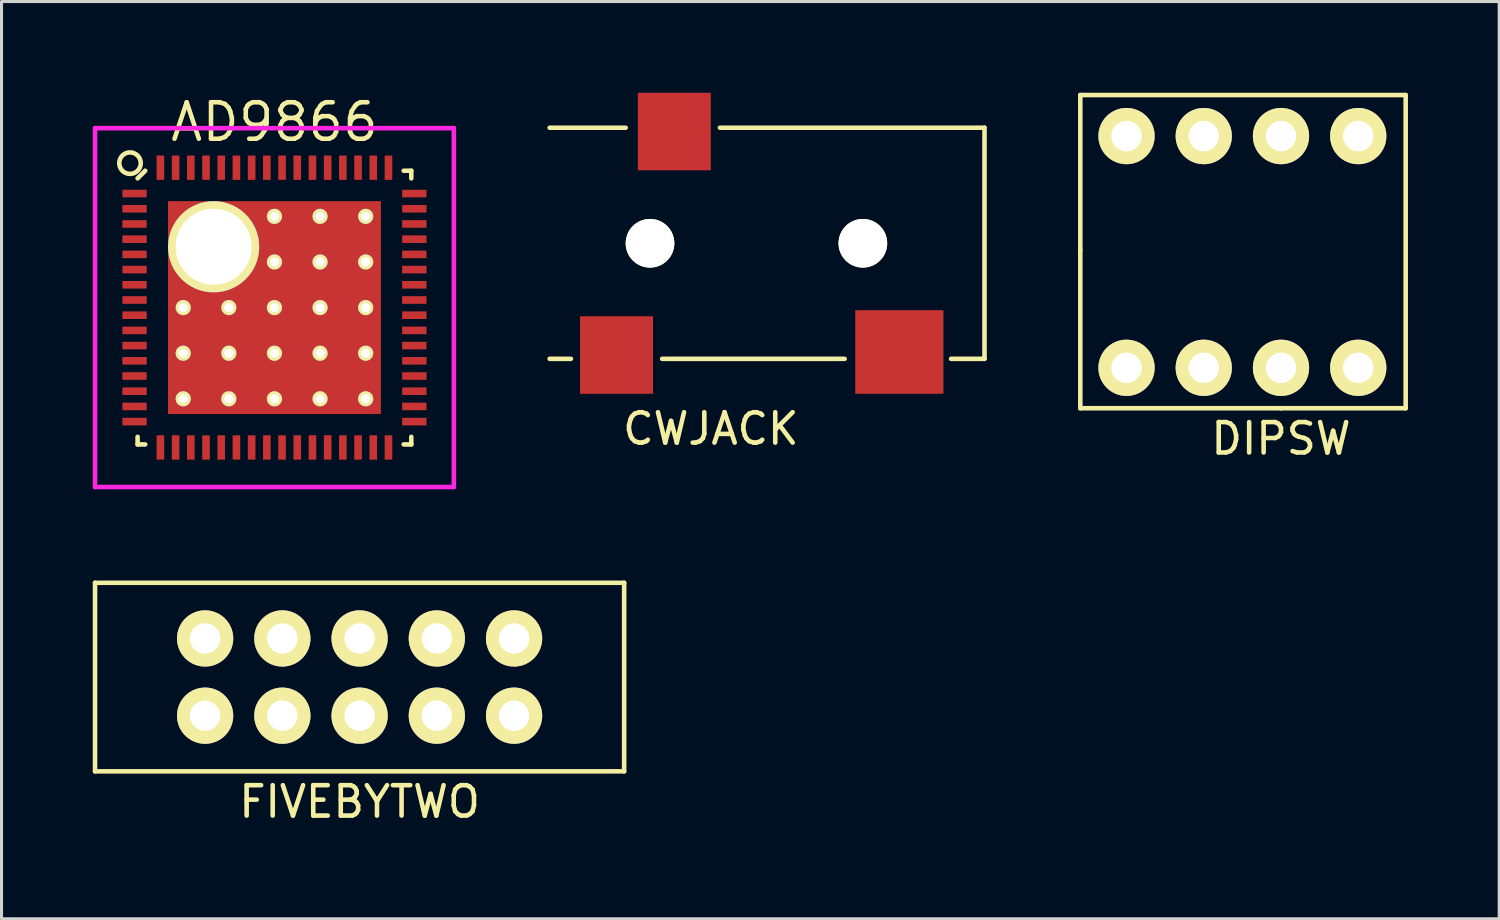
<source format=kicad_pcb>
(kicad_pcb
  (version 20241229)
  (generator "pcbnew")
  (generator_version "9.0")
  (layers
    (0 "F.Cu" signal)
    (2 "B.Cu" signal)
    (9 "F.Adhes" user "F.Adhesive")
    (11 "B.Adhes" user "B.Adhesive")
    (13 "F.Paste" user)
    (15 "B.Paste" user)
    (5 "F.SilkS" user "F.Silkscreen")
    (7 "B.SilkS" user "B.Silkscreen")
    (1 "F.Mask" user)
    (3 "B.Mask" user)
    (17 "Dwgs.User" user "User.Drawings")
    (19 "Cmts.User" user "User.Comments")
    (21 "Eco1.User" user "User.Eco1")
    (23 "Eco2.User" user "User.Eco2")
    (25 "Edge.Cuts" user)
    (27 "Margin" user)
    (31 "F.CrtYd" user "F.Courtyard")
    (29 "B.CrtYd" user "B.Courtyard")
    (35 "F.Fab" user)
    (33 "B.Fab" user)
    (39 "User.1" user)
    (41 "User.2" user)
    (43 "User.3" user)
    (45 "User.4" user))
  (footprint "CWJACK"
    (layer "F.Cu")
    (at 18.325 4.95)
    (property "Reference" "CWJACK" (at 2 6.1 0) (layer "F.SilkS") (effects (font (size 1 1) (thickness 0.15))))
    (attr through_hole)
    (fp_line (start -2.6 3.8) (end -3.3 3.8) (stroke (width 0.15) (type solid)) (layer "F.SilkS"))
    (fp_line (start -0.8 -3.8) (end -3.3 -3.8) (stroke (width 0.15) (type solid)) (layer "F.SilkS"))
    (fp_line (start 2.3 -3.8) (end 11 -3.8) (stroke (width 0.15) (type solid)) (layer "F.SilkS"))
    (fp_line (start 6.4 3.8) (end 0.4 3.8) (stroke (width 0.15) (type solid)) (layer "F.SilkS"))
    (fp_line (start 11 -3.8) (end 11 3.8) (stroke (width 0.15) (type solid)) (layer "F.SilkS"))
    (fp_line (start 11 3.8) (end 9.9 3.8) (stroke (width 0.15) (type solid)) (layer "F.SilkS"))
    (pad "" np_thru_hole circle (at 0 0) (size 1.6 1.6) (drill 1.6) (layers "*.Cu" "*.Mask" "F.SilkS"))
    (pad "" np_thru_hole circle (at 7 0) (size 1.6 1.6) (drill 1.6) (layers "*.Cu" "*.Mask" "F.SilkS"))
    (pad "2" smd rect (at 0.8 -3.675) (size 2.4 2.55) (layers "F.Cu" "F.Mask" "F.Paste"))
    (pad "3" smd rect (at -1.1 3.675) (size 2.4 2.55) (layers "F.Cu" "F.Mask" "F.Paste"))
    (pad "4" smd rect (at 8.2 3.575) (size 2.9 2.75) (layers "F.Cu" "F.Mask" "F.Paste")))
  (footprint "AD9866"
    (layer "F.Cu")
    (at 5.975 7.065)
    (property "Reference" "AD9866" (at 0 -6.1 0) (layer "F.SilkS") (effects (font (size 1.2 1.2) (thickness 0.15))))
    (attr through_hole)
    (fp_line (start -4.5 -4.25) (end -4.25 -4.5) (stroke (width 0.15) (type solid)) (layer "F.SilkS"))
    (fp_line (start -4.5 4.5) (end -4.5 4.25) (stroke (width 0.15) (type solid)) (layer "F.SilkS"))
    (fp_line (start -4.25 4.5) (end -4.5 4.5) (stroke (width 0.15) (type solid)) (layer "F.SilkS"))
    (fp_line (start 4.25 -4.5) (end 4.5 -4.5) (stroke (width 0.15) (type solid)) (layer "F.SilkS"))
    (fp_line (start 4.25 4.5) (end 4.5 4.5) (stroke (width 0.15) (type solid)) (layer "F.SilkS"))
    (fp_line (start 4.5 -4.5) (end 4.5 -4.25) (stroke (width 0.15) (type solid)) (layer "F.SilkS"))
    (fp_line (start 4.5 4.5) (end 4.5 4.25) (stroke (width 0.15) (type solid)) (layer "F.SilkS"))
    (fp_circle (center -4.75 -4.75) (end -4.5 -4.5) (stroke (width 0.15) (type solid)) (fill no) (layer "F.SilkS"))
    (fp_line (start -5.9 -5.9) (end 5.9 -5.9) (stroke (width 0.15) (type solid)) (layer "F.CrtYd"))
    (fp_line (start -5.9 5.9) (end -5.9 -5.9) (stroke (width 0.15) (type solid)) (layer "F.CrtYd"))
    (fp_line (start 5.9 -5.9) (end 5.9 5.9) (stroke (width 0.15) (type solid)) (layer "F.CrtYd"))
    (fp_line (start 5.9 5.9) (end -5.9 5.9) (stroke (width 0.15) (type solid)) (layer "F.CrtYd"))
    (pad "1" smd rect (at -4.6 -3.75 90) (size 0.25 0.8) (layers "F.Cu" "F.Mask" "F.Paste"))
    (pad "2" smd rect (at -4.6 -3.25 90) (size 0.25 0.8) (layers "F.Cu" "F.Mask" "F.Paste"))
    (pad "3" smd rect (at -4.6 -2.75 90) (size 0.25 0.8) (layers "F.Cu" "F.Mask" "F.Paste"))
    (pad "4" smd rect (at -4.6 -2.25 90) (size 0.25 0.8) (layers "F.Cu" "F.Mask" "F.Paste"))
    (pad "5" smd rect (at -4.6 -1.75 90) (size 0.25 0.8) (layers "F.Cu" "F.Mask" "F.Paste"))
    (pad "6" smd rect (at -4.6 -1.25 90) (size 0.25 0.8) (layers "F.Cu" "F.Mask" "F.Paste"))
    (pad "7" smd rect (at -4.6 -0.75 90) (size 0.25 0.8) (layers "F.Cu" "F.Mask" "F.Paste"))
    (pad "8" smd rect (at -4.6 -0.25 90) (size 0.25 0.8) (layers "F.Cu" "F.Mask" "F.Paste"))
    (pad "9" smd rect (at -4.6 0.25 90) (size 0.25 0.8) (layers "F.Cu" "F.Mask" "F.Paste"))
    (pad "10" smd rect (at -4.6 0.75 90) (size 0.25 0.8) (layers "F.Cu" "F.Mask" "F.Paste"))
    (pad "11" smd rect (at -4.6 1.25 90) (size 0.25 0.8) (layers "F.Cu" "F.Mask" "F.Paste"))
    (pad "12" smd rect (at -4.6 1.75 90) (size 0.25 0.8) (layers "F.Cu" "F.Mask" "F.Paste"))
    (pad "13" smd rect (at -4.6 2.25 90) (size 0.25 0.8) (layers "F.Cu" "F.Mask" "F.Paste"))
    (pad "14" smd rect (at -4.6 2.75 90) (size 0.25 0.8) (layers "F.Cu" "F.Mask" "F.Paste"))
    (pad "15" smd rect (at -4.6 3.25 90) (size 0.25 0.8) (layers "F.Cu" "F.Mask" "F.Paste"))
    (pad "16" smd rect (at -4.6 3.75 90) (size 0.25 0.8) (layers "F.Cu" "F.Mask" "F.Paste"))
    (pad "17" smd rect (at -3.75 4.6) (size 0.25 0.8) (layers "F.Cu" "F.Mask" "F.Paste"))
    (pad "18" smd rect (at -3.25 4.6) (size 0.25 0.8) (layers "F.Cu" "F.Mask" "F.Paste"))
    (pad "19" smd rect (at -2.75 4.6) (size 0.25 0.8) (layers "F.Cu" "F.Mask" "F.Paste"))
    (pad "20" smd rect (at -2.25 4.6) (size 0.25 0.8) (layers "F.Cu" "F.Mask" "F.Paste"))
    (pad "21" smd rect (at -1.75 4.6) (size 0.25 0.8) (layers "F.Cu" "F.Mask" "F.Paste"))
    (pad "22" smd rect (at -1.25 4.6) (size 0.25 0.8) (layers "F.Cu" "F.Mask" "F.Paste"))
    (pad "23" smd rect (at -0.75 4.6) (size 0.25 0.8) (layers "F.Cu" "F.Mask" "F.Paste"))
    (pad "24" smd rect (at -0.25 4.6) (size 0.25 0.8) (layers "F.Cu" "F.Mask" "F.Paste"))
    (pad "25" smd rect (at 0.25 4.6) (size 0.25 0.8) (layers "F.Cu" "F.Mask" "F.Paste"))
    (pad "26" smd rect (at 0.75 4.6) (size 0.25 0.8) (layers "F.Cu" "F.Mask" "F.Paste"))
    (pad "27" smd rect (at 1.25 4.6) (size 0.25 0.8) (layers "F.Cu" "F.Mask" "F.Paste"))
    (pad "28" smd rect (at 1.75 4.6) (size 0.25 0.8) (layers "F.Cu" "F.Mask" "F.Paste"))
    (pad "29" smd rect (at 2.25 4.6) (size 0.25 0.8) (layers "F.Cu" "F.Mask" "F.Paste"))
    (pad "30" smd rect (at 2.75 4.6) (size 0.25 0.8) (layers "F.Cu" "F.Mask" "F.Paste"))
    (pad "31" smd rect (at 3.25 4.6) (size 0.25 0.8) (layers "F.Cu" "F.Mask" "F.Paste"))
    (pad "32" smd rect (at 3.75 4.6) (size 0.25 0.8) (layers "F.Cu" "F.Mask" "F.Paste"))
    (pad "33" smd rect (at 4.6 3.75 90) (size 0.25 0.8) (layers "F.Cu" "F.Mask" "F.Paste"))
    (pad "34" smd rect (at 4.6 3.25 90) (size 0.25 0.8) (layers "F.Cu" "F.Mask" "F.Paste"))
    (pad "35" smd rect (at 4.6 2.75 90) (size 0.25 0.8) (layers "F.Cu" "F.Mask" "F.Paste"))
    (pad "36" smd rect (at 4.6 2.25 90) (size 0.25 0.8) (layers "F.Cu" "F.Mask" "F.Paste"))
    (pad "37" smd rect (at 4.6 1.75 90) (size 0.25 0.8) (layers "F.Cu" "F.Mask" "F.Paste"))
    (pad "38" smd rect (at 4.6 1.25 90) (size 0.25 0.8) (layers "F.Cu" "F.Mask" "F.Paste"))
    (pad "39" smd rect (at 4.6 0.75 90) (size 0.25 0.8) (layers "F.Cu" "F.Mask" "F.Paste"))
    (pad "40" smd rect (at 4.6 0.25 90) (size 0.25 0.8) (layers "F.Cu" "F.Mask" "F.Paste"))
    (pad "41" smd rect (at 4.6 -0.25 90) (size 0.25 0.8) (layers "F.Cu" "F.Mask" "F.Paste"))
    (pad "42" smd rect (at 4.6 -0.75 90) (size 0.25 0.8) (layers "F.Cu" "F.Mask" "F.Paste"))
    (pad "43" smd rect (at 4.6 -1.25 90) (size 0.25 0.8) (layers "F.Cu" "F.Mask" "F.Paste"))
    (pad "44" smd rect (at 4.6 -1.75 90) (size 0.25 0.8) (layers "F.Cu" "F.Mask" "F.Paste"))
    (pad "45" smd rect (at 4.6 -2.25 90) (size 0.25 0.8) (layers "F.Cu" "F.Mask" "F.Paste"))
    (pad "46" smd rect (at 4.6 -2.75 90) (size 0.25 0.8) (layers "F.Cu" "F.Mask" "F.Paste"))
    (pad "47" smd rect (at 4.6 -3.25 90) (size 0.25 0.8) (layers "F.Cu" "F.Mask" "F.Paste"))
    (pad "48" smd rect (at 4.6 -3.75 90) (size 0.25 0.8) (layers "F.Cu" "F.Mask" "F.Paste"))
    (pad "49" smd rect (at 3.75 -4.6) (size 0.25 0.8) (layers "F.Cu" "F.Mask" "F.Paste"))
    (pad "50" smd rect (at 3.25 -4.6) (size 0.25 0.8) (layers "F.Cu" "F.Mask" "F.Paste"))
    (pad "51" smd rect (at 2.75 -4.6) (size 0.25 0.8) (layers "F.Cu" "F.Mask" "F.Paste"))
    (pad "52" smd rect (at 2.25 -4.6) (size 0.25 0.8) (layers "F.Cu" "F.Mask" "F.Paste"))
    (pad "53" smd rect (at 1.75 -4.6) (size 0.25 0.8) (layers "F.Cu" "F.Mask" "F.Paste"))
    (pad "54" smd rect (at 1.25 -4.6) (size 0.25 0.8) (layers "F.Cu" "F.Mask" "F.Paste"))
    (pad "55" smd rect (at 0.75 -4.6) (size 0.25 0.8) (layers "F.Cu" "F.Mask" "F.Paste"))
    (pad "56" smd rect (at 0.25 -4.6) (size 0.25 0.8) (layers "F.Cu" "F.Mask" "F.Paste"))
    (pad "57" smd rect (at -0.25 -4.6) (size 0.25 0.8) (layers "F.Cu" "F.Mask" "F.Paste"))
    (pad "58" smd rect (at -0.75 -4.6) (size 0.25 0.8) (layers "F.Cu" "F.Mask" "F.Paste"))
    (pad "59" smd rect (at -1.25 -4.6) (size 0.25 0.8) (layers "F.Cu" "F.Mask" "F.Paste"))
    (pad "60" smd rect (at -1.75 -4.6) (size 0.25 0.8) (layers "F.Cu" "F.Mask" "F.Paste"))
    (pad "61" smd rect (at -2.25 -4.6) (size 0.25 0.8) (layers "F.Cu" "F.Mask" "F.Paste"))
    (pad "62" smd rect (at -2.75 -4.6) (size 0.25 0.8) (layers "F.Cu" "F.Mask" "F.Paste"))
    (pad "63" smd rect (at -3.25 -4.6) (size 0.25 0.8) (layers "F.Cu" "F.Mask" "F.Paste"))
    (pad "64" smd rect (at -3.75 -4.6) (size 0.25 0.8) (layers "F.Cu" "F.Mask" "F.Paste"))
    (pad "65" thru_hole circle (at -3 0) (size 0.5 0.5) (drill 0.3) (layers "*.Cu" "*.Mask" "F.SilkS"))
    (pad "65" thru_hole circle (at -3 1.5) (size 0.5 0.5) (drill 0.3) (layers "*.Cu" "*.Mask" "F.SilkS"))
    (pad "65" thru_hole circle (at -3 3) (size 0.5 0.5) (drill 0.3) (layers "*.Cu" "*.Mask" "F.SilkS"))
    (pad "65" thru_hole circle (at -2 -2) (size 3 3) (drill 2.5) (layers "*.Cu" "*.Mask" "F.SilkS"))
    (pad "65" smd rect (at -1.75 -1.75) (size 2.5 2.5) (layers "F.Cu" "F.Mask" "F.Paste"))
    (pad "65" smd rect (at -1.75 1.75) (size 2.5 2.5) (layers "F.Cu" "F.Mask" "F.Paste"))
    (pad "65" thru_hole circle (at -1.5 0) (size 0.5 0.5) (drill 0.3) (layers "*.Cu" "*.Mask" "F.SilkS"))
    (pad "65" thru_hole circle (at -1.5 1.5) (size 0.5 0.5) (drill 0.3) (layers "*.Cu" "*.Mask" "F.SilkS"))
    (pad "65" thru_hole circle (at -1.5 3) (size 0.5 0.5) (drill 0.3) (layers "*.Cu" "*.Mask" "F.SilkS"))
    (pad "65" thru_hole circle (at 0 -3) (size 0.5 0.5) (drill 0.3) (layers "*.Cu" "*.Mask" "F.SilkS"))
    (pad "65" thru_hole circle (at 0 -1.5) (size 0.5 0.5) (drill 0.3) (layers "*.Cu" "*.Mask" "F.SilkS"))
    (pad "65" thru_hole circle (at 0 0) (size 0.5 0.5) (drill 0.3) (layers "*.Cu" "*.Mask" "F.SilkS"))
    (pad "65" smd rect (at 0 0) (size 7 7) (layers "F.Cu" "F.Mask"))
    (pad "65" thru_hole circle (at 0 1.5) (size 0.5 0.5) (drill 0.3) (layers "*.Cu" "*.Mask" "F.SilkS"))
    (pad "65" thru_hole circle (at 0 3) (size 0.5 0.5) (drill 0.3) (layers "*.Cu" "*.Mask" "F.SilkS"))
    (pad "65" thru_hole circle (at 1.5 -3) (size 0.5 0.5) (drill 0.3) (layers "*.Cu" "*.Mask" "F.SilkS"))
    (pad "65" thru_hole circle (at 1.5 -1.5) (size 0.5 0.5) (drill 0.3) (layers "*.Cu" "*.Mask" "F.SilkS"))
    (pad "65" thru_hole circle (at 1.5 0) (size 0.5 0.5) (drill 0.3) (layers "*.Cu" "*.Mask" "F.SilkS"))
    (pad "65" thru_hole circle (at 1.5 1.5) (size 0.5 0.5) (drill 0.3) (layers "*.Cu" "*.Mask" "F.SilkS"))
    (pad "65" thru_hole circle (at 1.5 3) (size 0.5 0.5) (drill 0.3) (layers "*.Cu" "*.Mask" "F.SilkS"))
    (pad "65" smd rect (at 1.75 -1.75) (size 2.5 2.5) (layers "F.Cu" "F.Mask" "F.Paste"))
    (pad "65" smd rect (at 1.75 1.75) (size 2.5 2.5) (layers "F.Cu" "F.Mask" "F.Paste"))
    (pad "65" thru_hole circle (at 3 -3) (size 0.5 0.5) (drill 0.3) (layers "*.Cu" "*.Mask" "F.SilkS"))
    (pad "65" thru_hole circle (at 3 -1.5) (size 0.5 0.5) (drill 0.3) (layers "*.Cu" "*.Mask" "F.SilkS"))
    (pad "65" thru_hole circle (at 3 0) (size 0.5 0.5) (drill 0.3) (layers "*.Cu" "*.Mask" "F.SilkS"))
    (pad "65" thru_hole circle (at 3 1.5) (size 0.5 0.5) (drill 0.3) (layers "*.Cu" "*.Mask" "F.SilkS"))
    (pad "65" thru_hole circle (at 3 3) (size 0.5 0.5) (drill 0.3) (layers "*.Cu" "*.Mask" "F.SilkS")))
  (footprint "FIVEBYTWO"
    (layer "F.Cu")
    (at 8.775 19.215)
    (property "Reference" "FIVEBYTWO" (at 0 4.1 0) (layer "F.SilkS") (effects (font (size 1 1) (thickness 0.15))))
    (attr through_hole)
    (fp_line (start -8.7 -3.1) (end -8.7 3.1) (stroke (width 0.15) (type solid)) (layer "F.SilkS"))
    (fp_line (start -8.7 3.1) (end 8.7 3.1) (stroke (width 0.15) (type solid)) (layer "F.SilkS"))
    (fp_line (start 8.7 -3.1) (end -8.7 -3.1) (stroke (width 0.15) (type solid)) (layer "F.SilkS"))
    (fp_line (start 8.7 3.1) (end 8.7 -3.1) (stroke (width 0.15) (type solid)) (layer "F.SilkS"))
    (pad "1" thru_hole circle (at -5.08 1.27) (size 1.85 1.85) (drill 1) (layers "*.Cu" "*.Mask" "F.SilkS"))
    (pad "2" thru_hole circle (at -5.08 -1.27) (size 1.85 1.85) (drill 1) (layers "*.Cu" "*.Mask" "F.SilkS"))
    (pad "3" thru_hole circle (at -2.54 1.27) (size 1.85 1.85) (drill 1) (layers "*.Cu" "*.Mask" "F.SilkS"))
    (pad "4" thru_hole circle (at -2.54 -1.27) (size 1.85 1.85) (drill 1) (layers "*.Cu" "*.Mask" "F.SilkS"))
    (pad "5" thru_hole circle (at 0 1.27) (size 1.85 1.85) (drill 1) (layers "*.Cu" "*.Mask" "F.SilkS"))
    (pad "6" thru_hole circle (at 0 -1.27) (size 1.85 1.85) (drill 1) (layers "*.Cu" "*.Mask" "F.SilkS"))
    (pad "7" thru_hole circle (at 2.54 1.27) (size 1.85 1.85) (drill 1) (layers "*.Cu" "*.Mask" "F.SilkS"))
    (pad "8" thru_hole circle (at 2.54 -1.27) (size 1.85 1.85) (drill 1) (layers "*.Cu" "*.Mask" "F.SilkS"))
    (pad "9" thru_hole circle (at 5.08 1.27) (size 1.85 1.85) (drill 1) (layers "*.Cu" "*.Mask" "F.SilkS"))
    (pad "10" thru_hole circle (at 5.08 -1.27) (size 1.85 1.85) (drill 1) (layers "*.Cu" "*.Mask" "F.SilkS")))
  (footprint "DIPSW"
    (layer "F.Cu")
    (at 39.075 7.775)
    (property "Reference" "DIPSW" (at 0 3.6 0) (layer "F.SilkS") (effects (font (size 1 1) (thickness 0.15))))
    (attr through_hole)
    (fp_line (start -6.6 -7.7) (end 4.1 -7.7) (stroke (width 0.15) (type solid)) (layer "F.SilkS"))
    (fp_line (start -6.6 -2.6) (end -6.6 -7.7) (stroke (width 0.15) (type solid)) (layer "F.SilkS"))
    (fp_line (start -6.6 2.6) (end -6.6 -2.6) (stroke (width 0.15) (type solid)) (layer "F.SilkS"))
    (fp_line (start 0 2.6) (end -6.6 2.6) (stroke (width 0.15) (type solid)) (layer "F.SilkS"))
    (fp_line (start 0 2.6) (end 4.1 2.6) (stroke (width 0.15) (type solid)) (layer "F.SilkS"))
    (fp_line (start 4.1 -7.7) (end 4.1 2.6) (stroke (width 0.15) (type solid)) (layer "F.SilkS"))
    (pad "1" thru_hole circle (at -5.08 1.27) (size 1.85 1.85) (drill 1) (layers "*.Cu" "*.Mask" "F.SilkS"))
    (pad "2" thru_hole circle (at -2.54 1.27) (size 1.85 1.85) (drill 1) (layers "*.Cu" "*.Mask" "F.SilkS"))
    (pad "3" thru_hole circle (at 0 1.27) (size 1.85 1.85) (drill 1) (layers "*.Cu" "*.Mask" "F.SilkS"))
    (pad "4" thru_hole circle (at 2.54 1.27) (size 1.85 1.85) (drill 1) (layers "*.Cu" "*.Mask" "F.SilkS"))
    (pad "5" thru_hole circle (at 2.54 -6.35) (size 1.85 1.85) (drill 1) (layers "*.Cu" "*.Mask" "F.SilkS"))
    (pad "6" thru_hole circle (at 0 -6.35) (size 1.85 1.85) (drill 1) (layers "*.Cu" "*.Mask" "F.SilkS"))
    (pad "7" thru_hole circle (at -2.54 -6.35) (size 1.85 1.85) (drill 1) (layers "*.Cu" "*.Mask" "F.SilkS"))
    (pad "8" thru_hole circle (at -5.08 -6.35) (size 1.85 1.85) (drill 1) (layers "*.Cu" "*.Mask" "F.SilkS")))
  (gr_rect
    (start -3 -3)
    (end 46.25 27.163)
    (stroke (width 0.1) (type default))
    (fill no)
    (layer "Edge.Cuts")))
</source>
